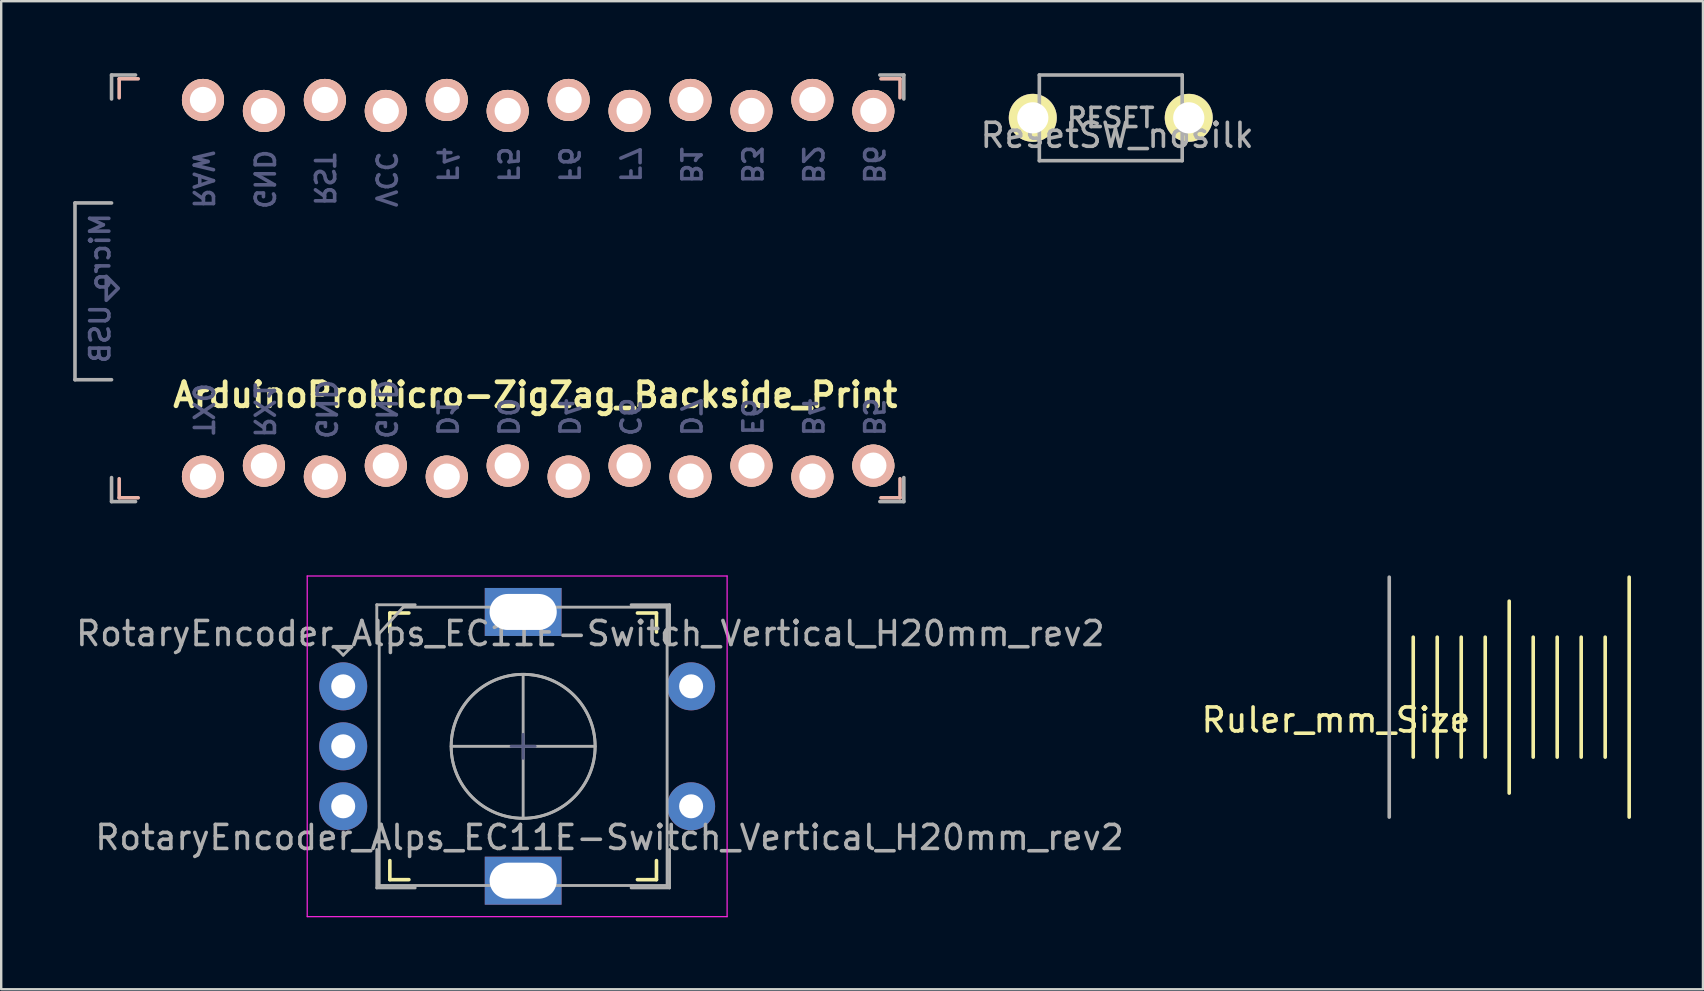
<source format=kicad_pcb>
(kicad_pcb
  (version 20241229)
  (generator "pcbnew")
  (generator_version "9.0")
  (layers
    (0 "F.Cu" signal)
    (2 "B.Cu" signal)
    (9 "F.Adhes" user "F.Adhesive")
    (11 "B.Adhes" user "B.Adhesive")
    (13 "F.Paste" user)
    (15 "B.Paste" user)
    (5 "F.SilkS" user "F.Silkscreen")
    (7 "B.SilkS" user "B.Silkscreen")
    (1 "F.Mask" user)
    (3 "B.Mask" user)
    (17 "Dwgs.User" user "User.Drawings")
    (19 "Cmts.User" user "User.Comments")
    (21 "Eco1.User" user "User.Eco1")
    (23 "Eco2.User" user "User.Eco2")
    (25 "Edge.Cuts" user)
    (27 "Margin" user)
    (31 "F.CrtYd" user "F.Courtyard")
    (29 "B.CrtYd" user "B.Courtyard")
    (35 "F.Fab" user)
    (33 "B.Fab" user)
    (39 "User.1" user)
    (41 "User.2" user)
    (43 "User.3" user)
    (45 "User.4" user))
  (footprint "Ruler_mm_Size"
    (layer "F.Cu")
    (at 54.85 26.005)
    (property "Reference" "Ruler_mm_Size" (at -2.223 0.953 0) (layer "F.SilkS") (effects (font (size 1 1) (thickness 0.15))))
    (attr through_hole)
    (fp_line (start 1 -2.5) (end 1 2.5) (stroke (width 0.15) (type solid)) (layer "F.SilkS"))
    (fp_line (start 2 -2.5) (end 2 2.5) (stroke (width 0.15) (type solid)) (layer "F.SilkS"))
    (fp_line (start 3 -2.5) (end 3 2.5) (stroke (width 0.15) (type solid)) (layer "F.SilkS"))
    (fp_line (start 4 -2.5) (end 4 2.5) (stroke (width 0.15) (type solid)) (layer "F.SilkS"))
    (fp_line (start 5 -4) (end 5 4) (stroke (width 0.15) (type solid)) (layer "F.SilkS"))
    (fp_line (start 6 -2.5) (end 6 2.5) (stroke (width 0.15) (type solid)) (layer "F.SilkS"))
    (fp_line (start 7 -2.5) (end 7 2.5) (stroke (width 0.15) (type solid)) (layer "F.SilkS"))
    (fp_line (start 8 -2.5) (end 8 2.5) (stroke (width 0.15) (type solid)) (layer "F.SilkS"))
    (fp_line (start 9 -2.5) (end 9 2.5) (stroke (width 0.15) (type solid)) (layer "F.SilkS"))
    (fp_line (start 10 -5) (end 10 5) (stroke (width 0.15) (type solid)) (layer "F.SilkS"))
    (fp_line (start 0 -5) (end 0 5) (stroke (width 0.15) (type solid)) (layer "F.Fab")))
  (footprint "RotaryEncoder_Alps_EC11E-Switch_Vertical_H20mm_rev2"
    (layer "F.Cu")
    (at 18.754 28.055)
    (property "Reference" "RotaryEncoder_Alps_EC11E-Switch_Vertical_H20mm_rev2" (at 2.8 -4.7 0) (layer "F.Fab") (effects (font (size 1 1) (thickness 0.15))))
    (attr through_hole)
    (fp_line (start -5.556 -5.556) (end -5.556 -4.763) (stroke (width 0.15) (type solid)) (layer "F.SilkS"))
    (fp_line (start -5.556 4.763) (end -5.556 5.556) (stroke (width 0.15) (type solid)) (layer "F.SilkS"))
    (fp_line (start -5.556 5.556) (end -4.763 5.556) (stroke (width 0.15) (type solid)) (layer "F.SilkS"))
    (fp_line (start -4.763 -5.556) (end -5.556 -5.556) (stroke (width 0.15) (type solid)) (layer "F.SilkS"))
    (fp_line (start 4.763 -5.556) (end 5.556 -5.556) (stroke (width 0.15) (type solid)) (layer "F.SilkS"))
    (fp_line (start 4.763 5.556) (end 5.556 5.556) (stroke (width 0.15) (type solid)) (layer "F.SilkS"))
    (fp_line (start 5.556 -5.556) (end 5.556 -4.763) (stroke (width 0.15) (type solid)) (layer "F.SilkS"))
    (fp_line (start 5.556 5.556) (end 5.556 4.763) (stroke (width 0.15) (type solid)) (layer "F.SilkS"))
    (fp_line (start -9 -7.1) (end -9 7.1) (stroke (width 0.05) (type solid)) (layer "F.CrtYd"))
    (fp_line (start -9 -7.1) (end 8.5 -7.1) (stroke (width 0.05) (type solid)) (layer "F.CrtYd"))
    (fp_line (start 8.5 7.1) (end -9 7.1) (stroke (width 0.05) (type solid)) (layer "F.CrtYd"))
    (fp_line (start 8.5 7.1) (end 8.5 -7.1) (stroke (width 0.05) (type solid)) (layer "F.CrtYd"))
    (fp_line (start -0.5 0) (end 0.5 0) (stroke (width 0.12) (type solid)) (layer "B.Fab"))
    (fp_line (start 0 -0.5) (end 0 0.5) (stroke (width 0.12) (type solid)) (layer "B.Fab"))
    (fp_line (start -7.8 -4.1) (end -7.2 -4.1) (stroke (width 0.12) (type solid)) (layer "F.Fab"))
    (fp_line (start -7.5 -3.8) (end -7.8 -4.1) (stroke (width 0.12) (type solid)) (layer "F.Fab"))
    (fp_line (start -7.2 -4.1) (end -7.5 -3.8) (stroke (width 0.12) (type solid)) (layer "F.Fab"))
    (fp_line (start -6.1 -5.9) (end -6.1 -4.3) (stroke (width 0.12) (type solid)) (layer "F.Fab"))
    (fp_line (start -6.1 4.3) (end -6.1 5.9) (stroke (width 0.12) (type solid)) (layer "F.Fab"))
    (fp_line (start -6 -4.7) (end -5 -5.8) (stroke (width 0.12) (type solid)) (layer "F.Fab"))
    (fp_line (start -6 5.8) (end -6 -4.7) (stroke (width 0.12) (type solid)) (layer "F.Fab"))
    (fp_line (start -5 -5.8) (end 6 -5.8) (stroke (width 0.12) (type solid)) (layer "F.Fab"))
    (fp_line (start -4.5 -5.9) (end -6.1 -5.9) (stroke (width 0.12) (type solid)) (layer "F.Fab"))
    (fp_line (start -4.5 5.9) (end -6.1 5.9) (stroke (width 0.12) (type solid)) (layer "F.Fab"))
    (fp_line (start -3 0) (end 3 0) (stroke (width 0.12) (type solid)) (layer "F.Fab"))
    (fp_line (start 0 -3) (end 0 3) (stroke (width 0.12) (type solid)) (layer "F.Fab"))
    (fp_line (start 4.5 -5.9) (end 6.1 -5.9) (stroke (width 0.12) (type solid)) (layer "F.Fab"))
    (fp_line (start 6 -5.8) (end 6 5.8) (stroke (width 0.12) (type solid)) (layer "F.Fab"))
    (fp_line (start 6 5.8) (end -6 5.8) (stroke (width 0.12) (type solid)) (layer "F.Fab"))
    (fp_line (start 6.1 -5.9) (end 6.1 -4.3) (stroke (width 0.12) (type solid)) (layer "F.Fab"))
    (fp_line (start 6.1 4.3) (end 6.1 5.9) (stroke (width 0.12) (type solid)) (layer "F.Fab"))
    (fp_line (start 6.1 5.9) (end 4.5 5.9) (stroke (width 0.12) (type solid)) (layer "F.Fab"))
    (fp_circle (center 0 0) (end 3 0) (stroke (width 0.12) (type solid)) (fill no) (layer "F.Fab"))
    (fp_circle (center 0 0) (end 3 0) (stroke (width 0.12) (type solid)) (fill no) (layer "F.Fab"))
    (fp_text user "${REFERENCE}" (at 3.6 3.8 0) (layer "F.Fab") (effects (font (size 1 1) (thickness 0.15))))
    (pad "A" thru_hole circle (at -7.5 -2.5) (size 2 2) (drill 1) (layers "*.Cu" "*.Mask"))
    (pad "B" thru_hole circle (at -7.5 2.5) (size 2 2) (drill 1) (layers "*.Cu" "*.Mask"))
    (pad "C" thru_hole circle (at -7.5 0) (size 2 2) (drill 1) (layers "*.Cu" "*.Mask"))
    (pad "MP" thru_hole rect (at 0 -5.6) (size 3.2 2) (drill oval 2.8 1.5) (layers "*.Cu" "*.Mask"))
    (pad "MP" thru_hole rect (at 0 5.6) (size 3.2 2) (drill oval 2.8 1.5) (layers "*.Cu" "*.Mask"))
    (pad "S1" thru_hole circle (at 7 2.5) (size 2 2) (drill 1) (layers "*.Cu" "*.Mask"))
    (pad "S2" thru_hole circle (at 7 -2.5) (size 2 2) (drill 1) (layers "*.Cu" "*.Mask")))
  (footprint "ResetSW_nosilk"
    (layer "F.Cu")
    (at 43.244 1.861)
    (property "Reference" "ResetSW_nosilk" (at 0.265 0.73 0) (layer "F.Fab") (effects (font (size 1 1) (thickness 0.15))))
    (attr through_hole)
    (fp_line (start -2.977 -1.786) (end 2.977 -1.786) (stroke (width 0.15) (type solid)) (layer "F.Fab"))
    (fp_line (start -2.977 1.786) (end -2.977 -1.786) (stroke (width 0.15) (type solid)) (layer "F.Fab"))
    (fp_line (start 2.977 -1.786) (end 2.977 1.786) (stroke (width 0.15) (type solid)) (layer "F.Fab"))
    (fp_line (start 2.977 1.786) (end -2.977 1.786) (stroke (width 0.15) (type solid)) (layer "F.Fab"))
    (fp_text user "RESET" (at 0 0 0) (layer "F.Fab") (effects (font (size 0.8 0.8) (thickness 0.15))))
    (pad "1" thru_hole circle (at 3.25 0) (size 2 2) (drill 1.3) (layers "*.Cu" "*.Mask" "F.SilkS"))
    (pad "2" thru_hole circle (at -3.25 0) (size 2 2) (drill 1.3) (layers "*.Cu" "*.Mask" "F.SilkS")))
  (footprint "ArduinoProMicro-ZigZag_Backside_Print"
    (layer "F.Cu")
    (at 19.379 8.965)
    (property "Reference" "ArduinoProMicro-ZigZag_Backside_Print" (at -0.118 4.444 0) (layer "F.SilkS") (effects (font (size 1 1) (thickness 0.2))))
    (attr through_hole)
    (fp_line (start -17.462 -8.731) (end -17.462 -7.938) (stroke (width 0.15) (type solid)) (layer "B.SilkS"))
    (fp_line (start -17.462 7.938) (end -17.462 8.731) (stroke (width 0.15) (type solid)) (layer "B.SilkS"))
    (fp_line (start -17.462 8.731) (end -16.669 8.731) (stroke (width 0.15) (type solid)) (layer "B.SilkS"))
    (fp_line (start -16.669 -8.731) (end -17.462 -8.731) (stroke (width 0.15) (type solid)) (layer "B.SilkS"))
    (fp_line (start 14.287 8.731) (end 15.081 8.731) (stroke (width 0.15) (type solid)) (layer "B.SilkS"))
    (fp_line (start 15.081 -8.731) (end 14.287 -8.731) (stroke (width 0.15) (type solid)) (layer "B.SilkS"))
    (fp_line (start 15.081 -7.938) (end 15.081 -8.731) (stroke (width 0.15) (type solid)) (layer "B.SilkS"))
    (fp_line (start 15.081 8.731) (end 15.081 7.938) (stroke (width 0.15) (type solid)) (layer "B.SilkS"))
    (fp_poly (pts (xy -18 0.5) (xy -18 -0.5) (xy -17.5 0)) (stroke (width 0.15) (type solid)) (fill no) (layer "B.Fab"))
    (fp_line (start -19.304 -3.556) (end -17.78 -3.556) (stroke (width 0.15) (type solid)) (layer "F.Fab"))
    (fp_line (start -19.304 3.81) (end -19.304 -3.556) (stroke (width 0.15) (type solid)) (layer "F.Fab"))
    (fp_line (start -17.78 -8.89) (end -17.78 -7.89) (stroke (width 0.15) (type solid)) (layer "F.Fab"))
    (fp_line (start -17.78 -8.89) (end -16.78 -8.89) (stroke (width 0.15) (type solid)) (layer "F.Fab"))
    (fp_line (start -17.78 3.81) (end -19.304 3.81) (stroke (width 0.15) (type solid)) (layer "F.Fab"))
    (fp_line (start -17.78 7.89) (end -17.78 8.89) (stroke (width 0.15) (type solid)) (layer "F.Fab"))
    (fp_line (start -17.78 8.89) (end -16.78 8.89) (stroke (width 0.15) (type solid)) (layer "F.Fab"))
    (fp_line (start 15.24 -8.89) (end 14.24 -8.89) (stroke (width 0.15) (type solid)) (layer "F.Fab"))
    (fp_line (start 15.24 -8.89) (end 15.24 -7.89) (stroke (width 0.15) (type solid)) (layer "F.Fab"))
    (fp_line (start 15.24 8.89) (end 14.24 8.89) (stroke (width 0.15) (type solid)) (layer "F.Fab"))
    (fp_line (start 15.24 8.89) (end 15.24 7.89) (stroke (width 0.15) (type solid)) (layer "F.Fab"))
    (fp_text user "B5" (at 13.97 5.358 270) (unlocked yes) (layer "B.Fab") (effects (font (size 0.8 0.8) (thickness 0.15)) (justify mirror)))
    (fp_text user "Micro USB" (at -18.256 0 90) (unlocked yes) (layer "B.Fab") (effects (font (size 0.8 0.8) (thickness 0.15)) (justify mirror)))
    (fp_text user "B2" (at 11.43 -5.159 270) (unlocked yes) (layer "B.Fab") (effects (font (size 0.8 0.8) (thickness 0.15)) (justify mirror)))
    (fp_text user "F7" (at 3.81 -5.159 270) (unlocked yes) (layer "B.Fab") (effects (font (size 0.8 0.8) (thickness 0.15)) (justify mirror)))
    (fp_text user "B4" (at 11.43 5.358 270) (unlocked yes) (layer "B.Fab") (effects (font (size 0.8 0.8) (thickness 0.15)) (justify mirror)))
    (fp_text user "D7" (at 6.35 5.358 270) (unlocked yes) (layer "B.Fab") (effects (font (size 0.8 0.8) (thickness 0.15)) (justify mirror)))
    (fp_text user "GND" (at -8.849 5.04 270) (unlocked yes) (layer "B.Fab") (effects (font (size 0.8 0.8) (thickness 0.15)) (justify mirror)))
    (fp_text user "VCC" (at -6.35 -4.542 270) (unlocked yes) (layer "B.Fab") (effects (font (size 0.8 0.8) (thickness 0.15)) (justify mirror)))
    (fp_text user "B6" (at 13.97 -5.159 270) (unlocked yes) (layer "B.Fab") (effects (font (size 0.8 0.8) (thickness 0.15)) (justify mirror)))
    (fp_text user "F5" (at -1.27 -5.159 270) (unlocked yes) (layer "B.Fab") (effects (font (size 0.8 0.8) (thickness 0.15)) (justify mirror)))
    (fp_text user "B1" (at 6.35 -5.159 270) (unlocked yes) (layer "B.Fab") (effects (font (size 0.8 0.8) (thickness 0.15)) (justify mirror)))
    (fp_text user "F6" (at 1.27 -5.159 270) (unlocked yes) (layer "B.Fab") (effects (font (size 0.8 0.8) (thickness 0.15)) (justify mirror)))
    (fp_text user "RX1" (at -11.43 5.04 270) (unlocked yes) (layer "B.Fab") (effects (font (size 0.8 0.8) (thickness 0.15)) (justify mirror)))
    (fp_text user "TX0" (at -13.97 5.04 270) (unlocked yes) (layer "B.Fab") (effects (font (size 0.8 0.8) (thickness 0.15)) (justify mirror)))
    (fp_text user "RAW" (at -13.97 -4.542 270) (unlocked yes) (layer "B.Fab") (effects (font (size 0.8 0.8) (thickness 0.15)) (justify mirror)))
    (fp_text user "B3" (at 8.89 -5.159 270) (unlocked yes) (layer "B.Fab") (effects (font (size 0.8 0.8) (thickness 0.15)) (justify mirror)))
    (fp_text user "C6" (at 3.81 5.358 270) (unlocked yes) (layer "B.Fab") (effects (font (size 0.8 0.8) (thickness 0.15)) (justify mirror)))
    (fp_text user "F4" (at -3.81 -5.159 270) (unlocked yes) (layer "B.Fab") (effects (font (size 0.8 0.8) (thickness 0.15)) (justify mirror)))
    (fp_text user "D0" (at -1.27 5.358 270) (unlocked yes) (layer "B.Fab") (effects (font (size 0.8 0.8) (thickness 0.15)) (justify mirror)))
    (fp_text user "D1" (at -3.81 5.358 270) (unlocked yes) (layer "B.Fab") (effects (font (size 0.8 0.8) (thickness 0.15)) (justify mirror)))
    (fp_text user "GND" (at -6.35 5.04 270) (unlocked yes) (layer "B.Fab") (effects (font (size 0.8 0.8) (thickness 0.15)) (justify mirror)))
    (fp_text user "RST" (at -8.92 -4.542 270) (unlocked yes) (layer "B.Fab") (effects (font (size 0.8 0.8) (thickness 0.15)) (justify mirror)))
    (fp_text user "D4" (at 1.27 5.358 270) (unlocked yes) (layer "B.Fab") (effects (font (size 0.8 0.8) (thickness 0.15)) (justify mirror)))
    (fp_text user "E6" (at 8.89 5.358 270) (unlocked yes) (layer "B.Fab") (effects (font (size 0.8 0.8) (thickness 0.15)) (justify mirror)))
    (fp_text user "GND" (at -11.43 -4.542 270) (unlocked yes) (layer "B.Fab") (effects (font (size 0.8 0.8) (thickness 0.15)) (justify mirror)))
    (pad "1" thru_hole circle (at -13.97 7.849) (size 1.753 1.753) (drill 1.092) (layers "*.Cu" "*.SilkS" "*.Mask"))
    (pad "2" thru_hole circle (at -11.43 7.391) (size 1.753 1.753) (drill 1.092) (layers "*.Cu" "*.SilkS" "*.Mask"))
    (pad "3" thru_hole circle (at -8.89 7.849) (size 1.753 1.753) (drill 1.092) (layers "*.Cu" "*.SilkS" "*.Mask"))
    (pad "4" thru_hole circle (at -6.35 7.391) (size 1.753 1.753) (drill 1.092) (layers "*.Cu" "*.SilkS" "*.Mask"))
    (pad "5" thru_hole circle (at -3.81 7.849) (size 1.753 1.753) (drill 1.092) (layers "*.Cu" "*.SilkS" "*.Mask"))
    (pad "6" thru_hole circle (at -1.27 7.391) (size 1.753 1.753) (drill 1.092) (layers "*.Cu" "*.SilkS" "*.Mask"))
    (pad "7" thru_hole circle (at 1.27 7.849) (size 1.753 1.753) (drill 1.092) (layers "*.Cu" "*.SilkS" "*.Mask"))
    (pad "8" thru_hole circle (at 3.81 7.391) (size 1.753 1.753) (drill 1.092) (layers "*.Cu" "*.SilkS" "*.Mask"))
    (pad "9" thru_hole circle (at 6.35 7.849) (size 1.753 1.753) (drill 1.092) (layers "*.Cu" "*.SilkS" "*.Mask"))
    (pad "10" thru_hole circle (at 8.89 7.391) (size 1.753 1.753) (drill 1.092) (layers "*.Cu" "*.SilkS" "*.Mask"))
    (pad "11" thru_hole circle (at 11.43 7.849) (size 1.753 1.753) (drill 1.092) (layers "*.Cu" "*.SilkS" "*.Mask"))
    (pad "12" thru_hole circle (at 13.97 7.391) (size 1.753 1.753) (drill 1.092) (layers "*.Cu" "*.SilkS" "*.Mask"))
    (pad "13" thru_hole circle (at 13.97 -7.391) (size 1.753 1.753) (drill 1.092) (layers "*.Cu" "*.SilkS" "*.Mask"))
    (pad "14" thru_hole circle (at 11.43 -7.849) (size 1.753 1.753) (drill 1.092) (layers "*.Cu" "*.SilkS" "*.Mask"))
    (pad "15" thru_hole circle (at 8.89 -7.391) (size 1.753 1.753) (drill 1.092) (layers "*.Cu" "*.SilkS" "*.Mask"))
    (pad "16" thru_hole circle (at 6.35 -7.849) (size 1.753 1.753) (drill 1.092) (layers "*.Cu" "*.SilkS" "*.Mask"))
    (pad "17" thru_hole circle (at 3.81 -7.391) (size 1.753 1.753) (drill 1.092) (layers "*.Cu" "*.SilkS" "*.Mask"))
    (pad "18" thru_hole circle (at 1.27 -7.849) (size 1.753 1.753) (drill 1.092) (layers "*.Cu" "*.SilkS" "*.Mask"))
    (pad "19" thru_hole circle (at -1.27 -7.391) (size 1.753 1.753) (drill 1.092) (layers "*.Cu" "*.SilkS" "*.Mask"))
    (pad "20" thru_hole circle (at -3.81 -7.849) (size 1.753 1.753) (drill 1.092) (layers "*.Cu" "*.SilkS" "*.Mask"))
    (pad "21" thru_hole circle (at -6.35 -7.391) (size 1.753 1.753) (drill 1.092) (layers "*.Cu" "*.SilkS" "*.Mask"))
    (pad "22" thru_hole circle (at -8.89 -7.849) (size 1.753 1.753) (drill 1.092) (layers "*.Cu" "*.SilkS" "*.Mask"))
    (pad "23" thru_hole circle (at -11.43 -7.391) (size 1.753 1.753) (drill 1.092) (layers "*.Cu" "*.SilkS" "*.Mask"))
    (pad "24" thru_hole circle (at -13.97 -7.849) (size 1.753 1.753) (drill 1.092) (layers "*.Cu" "*.SilkS" "*.Mask")))
  (gr_rect
    (start -3 -3)
    (end 67.925 38.18)
    (stroke (width 0.1) (type default))
    (fill no)
    (layer "Edge.Cuts")))
</source>
